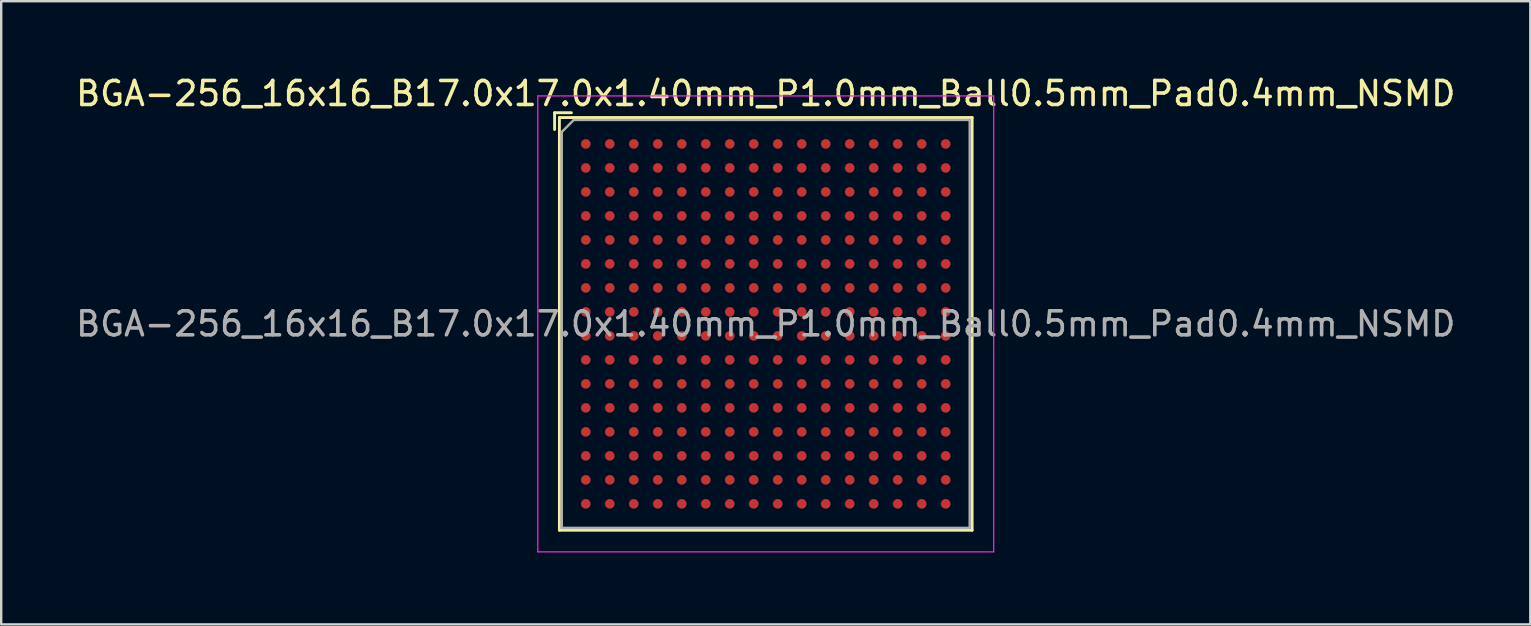
<source format=kicad_pcb>
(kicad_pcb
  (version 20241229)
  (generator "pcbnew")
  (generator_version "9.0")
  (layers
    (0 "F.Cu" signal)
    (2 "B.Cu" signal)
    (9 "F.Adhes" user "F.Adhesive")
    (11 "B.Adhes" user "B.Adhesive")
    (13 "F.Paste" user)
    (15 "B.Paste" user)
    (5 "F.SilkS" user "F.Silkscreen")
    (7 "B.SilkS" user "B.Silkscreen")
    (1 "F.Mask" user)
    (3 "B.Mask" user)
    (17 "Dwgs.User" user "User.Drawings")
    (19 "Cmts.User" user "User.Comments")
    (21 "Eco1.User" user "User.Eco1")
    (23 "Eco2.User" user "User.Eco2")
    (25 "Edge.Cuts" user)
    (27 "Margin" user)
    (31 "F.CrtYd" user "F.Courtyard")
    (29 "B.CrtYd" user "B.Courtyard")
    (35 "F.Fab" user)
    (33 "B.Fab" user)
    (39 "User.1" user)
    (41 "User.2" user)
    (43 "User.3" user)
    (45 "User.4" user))
  (footprint "BGA-256_16x16_B17.0x17.0x1.40mm_P1.0mm_Ball0.5mm_Pad0.4mm_NSMD"
    (layer "F.Cu")
    (at 28.863 10.448)
    (property "Reference" "BGA-256_16x16_B17.0x17.0x1.40mm_P1.0mm_Ball0.5mm_Pad0.4mm_NSMD" (at 0 -9.6 0) (layer "F.SilkS") (effects (font (size 1 1) (thickness 0.15))))
    (attr smd)
    (fp_line (start -8.8 -8.8) (end -8.8 -8.1) (stroke (width 0.12) (type solid)) (layer "F.SilkS"))
    (fp_line (start -8.6 -8.6) (end -8.6 8.6) (stroke (width 0.12) (type solid)) (layer "F.SilkS"))
    (fp_line (start -8.6 8.6) (end 8.6 8.6) (stroke (width 0.12) (type solid)) (layer "F.SilkS"))
    (fp_line (start -8.1 -8.8) (end -8.8 -8.8) (stroke (width 0.12) (type solid)) (layer "F.SilkS"))
    (fp_line (start 8.6 -8.6) (end -8.6 -8.6) (stroke (width 0.12) (type solid)) (layer "F.SilkS"))
    (fp_line (start 8.6 8.6) (end 8.6 -8.6) (stroke (width 0.12) (type solid)) (layer "F.SilkS"))
    (fp_line (start -9.5 -9.5) (end -9.5 9.5) (stroke (width 0.05) (type solid)) (layer "F.CrtYd"))
    (fp_line (start -9.5 -9.5) (end 9.5 -9.5) (stroke (width 0.05) (type solid)) (layer "F.CrtYd"))
    (fp_line (start 9.5 9.5) (end -9.5 9.5) (stroke (width 0.05) (type solid)) (layer "F.CrtYd"))
    (fp_line (start 9.5 9.5) (end 9.5 -9.5) (stroke (width 0.05) (type solid)) (layer "F.CrtYd"))
    (fp_line (start -8.5 -8) (end -8.5 8.5) (stroke (width 0.1) (type solid)) (layer "F.Fab"))
    (fp_line (start -8.5 8.5) (end 8.5 8.5) (stroke (width 0.1) (type solid)) (layer "F.Fab"))
    (fp_line (start -8 -8.5) (end -8.5 -8) (stroke (width 0.1) (type solid)) (layer "F.Fab"))
    (fp_line (start 8.5 -8.5) (end -8 -8.5) (stroke (width 0.1) (type solid)) (layer "F.Fab"))
    (fp_line (start 8.5 8.5) (end 8.5 -8.5) (stroke (width 0.1) (type solid)) (layer "F.Fab"))
    (fp_text user "${REFERENCE}" (at 0 0 0) (layer "F.Fab") (effects (font (size 1 1) (thickness 0.15))))
    (pad "A1" smd circle (at -7.5 -7.5) (size 0.4 0.4) (layers "F.Cu" "F.Mask" "F.Paste"))
    (pad "A2" smd circle (at -6.5 -7.5) (size 0.4 0.4) (layers "F.Cu" "F.Mask" "F.Paste"))
    (pad "A3" smd circle (at -5.5 -7.5) (size 0.4 0.4) (layers "F.Cu" "F.Mask" "F.Paste"))
    (pad "A4" smd circle (at -4.5 -7.5) (size 0.4 0.4) (layers "F.Cu" "F.Mask" "F.Paste"))
    (pad "A5" smd circle (at -3.5 -7.5) (size 0.4 0.4) (layers "F.Cu" "F.Mask" "F.Paste"))
    (pad "A6" smd circle (at -2.5 -7.5) (size 0.4 0.4) (layers "F.Cu" "F.Mask" "F.Paste"))
    (pad "A7" smd circle (at -1.5 -7.5) (size 0.4 0.4) (layers "F.Cu" "F.Mask" "F.Paste"))
    (pad "A8" smd circle (at -0.5 -7.5) (size 0.4 0.4) (layers "F.Cu" "F.Mask" "F.Paste"))
    (pad "A9" smd circle (at 0.5 -7.5) (size 0.4 0.4) (layers "F.Cu" "F.Mask" "F.Paste"))
    (pad "A10" smd circle (at 1.5 -7.5) (size 0.4 0.4) (layers "F.Cu" "F.Mask" "F.Paste"))
    (pad "A11" smd circle (at 2.5 -7.5) (size 0.4 0.4) (layers "F.Cu" "F.Mask" "F.Paste"))
    (pad "A12" smd circle (at 3.5 -7.5) (size 0.4 0.4) (layers "F.Cu" "F.Mask" "F.Paste"))
    (pad "A13" smd circle (at 4.5 -7.5) (size 0.4 0.4) (layers "F.Cu" "F.Mask" "F.Paste"))
    (pad "A14" smd circle (at 5.5 -7.5) (size 0.4 0.4) (layers "F.Cu" "F.Mask" "F.Paste"))
    (pad "A15" smd circle (at 6.5 -7.5) (size 0.4 0.4) (layers "F.Cu" "F.Mask" "F.Paste"))
    (pad "A16" smd circle (at 7.5 -7.5) (size 0.4 0.4) (layers "F.Cu" "F.Mask" "F.Paste"))
    (pad "B1" smd circle (at -7.5 -6.5) (size 0.4 0.4) (layers "F.Cu" "F.Mask" "F.Paste"))
    (pad "B2" smd circle (at -6.5 -6.5) (size 0.4 0.4) (layers "F.Cu" "F.Mask" "F.Paste"))
    (pad "B3" smd circle (at -5.5 -6.5) (size 0.4 0.4) (layers "F.Cu" "F.Mask" "F.Paste"))
    (pad "B4" smd circle (at -4.5 -6.5) (size 0.4 0.4) (layers "F.Cu" "F.Mask" "F.Paste"))
    (pad "B5" smd circle (at -3.5 -6.5) (size 0.4 0.4) (layers "F.Cu" "F.Mask" "F.Paste"))
    (pad "B6" smd circle (at -2.5 -6.5) (size 0.4 0.4) (layers "F.Cu" "F.Mask" "F.Paste"))
    (pad "B7" smd circle (at -1.5 -6.5) (size 0.4 0.4) (layers "F.Cu" "F.Mask" "F.Paste"))
    (pad "B8" smd circle (at -0.5 -6.5) (size 0.4 0.4) (layers "F.Cu" "F.Mask" "F.Paste"))
    (pad "B9" smd circle (at 0.5 -6.5) (size 0.4 0.4) (layers "F.Cu" "F.Mask" "F.Paste"))
    (pad "B10" smd circle (at 1.5 -6.5) (size 0.4 0.4) (layers "F.Cu" "F.Mask" "F.Paste"))
    (pad "B11" smd circle (at 2.5 -6.5) (size 0.4 0.4) (layers "F.Cu" "F.Mask" "F.Paste"))
    (pad "B12" smd circle (at 3.5 -6.5) (size 0.4 0.4) (layers "F.Cu" "F.Mask" "F.Paste"))
    (pad "B13" smd circle (at 4.5 -6.5) (size 0.4 0.4) (layers "F.Cu" "F.Mask" "F.Paste"))
    (pad "B14" smd circle (at 5.5 -6.5) (size 0.4 0.4) (layers "F.Cu" "F.Mask" "F.Paste"))
    (pad "B15" smd circle (at 6.5 -6.5) (size 0.4 0.4) (layers "F.Cu" "F.Mask" "F.Paste"))
    (pad "B16" smd circle (at 7.5 -6.5) (size 0.4 0.4) (layers "F.Cu" "F.Mask" "F.Paste"))
    (pad "C1" smd circle (at -7.5 -5.5) (size 0.4 0.4) (layers "F.Cu" "F.Mask" "F.Paste"))
    (pad "C2" smd circle (at -6.5 -5.5) (size 0.4 0.4) (layers "F.Cu" "F.Mask" "F.Paste"))
    (pad "C3" smd circle (at -5.5 -5.5) (size 0.4 0.4) (layers "F.Cu" "F.Mask" "F.Paste"))
    (pad "C4" smd circle (at -4.5 -5.5) (size 0.4 0.4) (layers "F.Cu" "F.Mask" "F.Paste"))
    (pad "C5" smd circle (at -3.5 -5.5) (size 0.4 0.4) (layers "F.Cu" "F.Mask" "F.Paste"))
    (pad "C6" smd circle (at -2.5 -5.5) (size 0.4 0.4) (layers "F.Cu" "F.Mask" "F.Paste"))
    (pad "C7" smd circle (at -1.5 -5.5) (size 0.4 0.4) (layers "F.Cu" "F.Mask" "F.Paste"))
    (pad "C8" smd circle (at -0.5 -5.5) (size 0.4 0.4) (layers "F.Cu" "F.Mask" "F.Paste"))
    (pad "C9" smd circle (at 0.5 -5.5) (size 0.4 0.4) (layers "F.Cu" "F.Mask" "F.Paste"))
    (pad "C10" smd circle (at 1.5 -5.5) (size 0.4 0.4) (layers "F.Cu" "F.Mask" "F.Paste"))
    (pad "C11" smd circle (at 2.5 -5.5) (size 0.4 0.4) (layers "F.Cu" "F.Mask" "F.Paste"))
    (pad "C12" smd circle (at 3.5 -5.5) (size 0.4 0.4) (layers "F.Cu" "F.Mask" "F.Paste"))
    (pad "C13" smd circle (at 4.5 -5.5) (size 0.4 0.4) (layers "F.Cu" "F.Mask" "F.Paste"))
    (pad "C14" smd circle (at 5.5 -5.5) (size 0.4 0.4) (layers "F.Cu" "F.Mask" "F.Paste"))
    (pad "C15" smd circle (at 6.5 -5.5) (size 0.4 0.4) (layers "F.Cu" "F.Mask" "F.Paste"))
    (pad "C16" smd circle (at 7.5 -5.5) (size 0.4 0.4) (layers "F.Cu" "F.Mask" "F.Paste"))
    (pad "D1" smd circle (at -7.5 -4.5) (size 0.4 0.4) (layers "F.Cu" "F.Mask" "F.Paste"))
    (pad "D2" smd circle (at -6.5 -4.5) (size 0.4 0.4) (layers "F.Cu" "F.Mask" "F.Paste"))
    (pad "D3" smd circle (at -5.5 -4.5) (size 0.4 0.4) (layers "F.Cu" "F.Mask" "F.Paste"))
    (pad "D4" smd circle (at -4.5 -4.5) (size 0.4 0.4) (layers "F.Cu" "F.Mask" "F.Paste"))
    (pad "D5" smd circle (at -3.5 -4.5) (size 0.4 0.4) (layers "F.Cu" "F.Mask" "F.Paste"))
    (pad "D6" smd circle (at -2.5 -4.5) (size 0.4 0.4) (layers "F.Cu" "F.Mask" "F.Paste"))
    (pad "D7" smd circle (at -1.5 -4.5) (size 0.4 0.4) (layers "F.Cu" "F.Mask" "F.Paste"))
    (pad "D8" smd circle (at -0.5 -4.5) (size 0.4 0.4) (layers "F.Cu" "F.Mask" "F.Paste"))
    (pad "D9" smd circle (at 0.5 -4.5) (size 0.4 0.4) (layers "F.Cu" "F.Mask" "F.Paste"))
    (pad "D10" smd circle (at 1.5 -4.5) (size 0.4 0.4) (layers "F.Cu" "F.Mask" "F.Paste"))
    (pad "D11" smd circle (at 2.5 -4.5) (size 0.4 0.4) (layers "F.Cu" "F.Mask" "F.Paste"))
    (pad "D12" smd circle (at 3.5 -4.5) (size 0.4 0.4) (layers "F.Cu" "F.Mask" "F.Paste"))
    (pad "D13" smd circle (at 4.5 -4.5) (size 0.4 0.4) (layers "F.Cu" "F.Mask" "F.Paste"))
    (pad "D14" smd circle (at 5.5 -4.5) (size 0.4 0.4) (layers "F.Cu" "F.Mask" "F.Paste"))
    (pad "D15" smd circle (at 6.5 -4.5) (size 0.4 0.4) (layers "F.Cu" "F.Mask" "F.Paste"))
    (pad "D16" smd circle (at 7.5 -4.5) (size 0.4 0.4) (layers "F.Cu" "F.Mask" "F.Paste"))
    (pad "E1" smd circle (at -7.5 -3.5) (size 0.4 0.4) (layers "F.Cu" "F.Mask" "F.Paste"))
    (pad "E2" smd circle (at -6.5 -3.5) (size 0.4 0.4) (layers "F.Cu" "F.Mask" "F.Paste"))
    (pad "E3" smd circle (at -5.5 -3.5) (size 0.4 0.4) (layers "F.Cu" "F.Mask" "F.Paste"))
    (pad "E4" smd circle (at -4.5 -3.5) (size 0.4 0.4) (layers "F.Cu" "F.Mask" "F.Paste"))
    (pad "E5" smd circle (at -3.5 -3.5) (size 0.4 0.4) (layers "F.Cu" "F.Mask" "F.Paste"))
    (pad "E6" smd circle (at -2.5 -3.5) (size 0.4 0.4) (layers "F.Cu" "F.Mask" "F.Paste"))
    (pad "E7" smd circle (at -1.5 -3.5) (size 0.4 0.4) (layers "F.Cu" "F.Mask" "F.Paste"))
    (pad "E8" smd circle (at -0.5 -3.5) (size 0.4 0.4) (layers "F.Cu" "F.Mask" "F.Paste"))
    (pad "E9" smd circle (at 0.5 -3.5) (size 0.4 0.4) (layers "F.Cu" "F.Mask" "F.Paste"))
    (pad "E10" smd circle (at 1.5 -3.5) (size 0.4 0.4) (layers "F.Cu" "F.Mask" "F.Paste"))
    (pad "E11" smd circle (at 2.5 -3.5) (size 0.4 0.4) (layers "F.Cu" "F.Mask" "F.Paste"))
    (pad "E12" smd circle (at 3.5 -3.5) (size 0.4 0.4) (layers "F.Cu" "F.Mask" "F.Paste"))
    (pad "E13" smd circle (at 4.5 -3.5) (size 0.4 0.4) (layers "F.Cu" "F.Mask" "F.Paste"))
    (pad "E14" smd circle (at 5.5 -3.5) (size 0.4 0.4) (layers "F.Cu" "F.Mask" "F.Paste"))
    (pad "E15" smd circle (at 6.5 -3.5) (size 0.4 0.4) (layers "F.Cu" "F.Mask" "F.Paste"))
    (pad "E16" smd circle (at 7.5 -3.5) (size 0.4 0.4) (layers "F.Cu" "F.Mask" "F.Paste"))
    (pad "F1" smd circle (at -7.5 -2.5) (size 0.4 0.4) (layers "F.Cu" "F.Mask" "F.Paste"))
    (pad "F2" smd circle (at -6.5 -2.5) (size 0.4 0.4) (layers "F.Cu" "F.Mask" "F.Paste"))
    (pad "F3" smd circle (at -5.5 -2.5) (size 0.4 0.4) (layers "F.Cu" "F.Mask" "F.Paste"))
    (pad "F4" smd circle (at -4.5 -2.5) (size 0.4 0.4) (layers "F.Cu" "F.Mask" "F.Paste"))
    (pad "F5" smd circle (at -3.5 -2.5) (size 0.4 0.4) (layers "F.Cu" "F.Mask" "F.Paste"))
    (pad "F6" smd circle (at -2.5 -2.5) (size 0.4 0.4) (layers "F.Cu" "F.Mask" "F.Paste"))
    (pad "F7" smd circle (at -1.5 -2.5) (size 0.4 0.4) (layers "F.Cu" "F.Mask" "F.Paste"))
    (pad "F8" smd circle (at -0.5 -2.5) (size 0.4 0.4) (layers "F.Cu" "F.Mask" "F.Paste"))
    (pad "F9" smd circle (at 0.5 -2.5) (size 0.4 0.4) (layers "F.Cu" "F.Mask" "F.Paste"))
    (pad "F10" smd circle (at 1.5 -2.5) (size 0.4 0.4) (layers "F.Cu" "F.Mask" "F.Paste"))
    (pad "F11" smd circle (at 2.5 -2.5) (size 0.4 0.4) (layers "F.Cu" "F.Mask" "F.Paste"))
    (pad "F12" smd circle (at 3.5 -2.5) (size 0.4 0.4) (layers "F.Cu" "F.Mask" "F.Paste"))
    (pad "F13" smd circle (at 4.5 -2.5) (size 0.4 0.4) (layers "F.Cu" "F.Mask" "F.Paste"))
    (pad "F14" smd circle (at 5.5 -2.5) (size 0.4 0.4) (layers "F.Cu" "F.Mask" "F.Paste"))
    (pad "F15" smd circle (at 6.5 -2.5) (size 0.4 0.4) (layers "F.Cu" "F.Mask" "F.Paste"))
    (pad "F16" smd circle (at 7.5 -2.5) (size 0.4 0.4) (layers "F.Cu" "F.Mask" "F.Paste"))
    (pad "G1" smd circle (at -7.5 -1.5) (size 0.4 0.4) (layers "F.Cu" "F.Mask" "F.Paste"))
    (pad "G2" smd circle (at -6.5 -1.5) (size 0.4 0.4) (layers "F.Cu" "F.Mask" "F.Paste"))
    (pad "G3" smd circle (at -5.5 -1.5) (size 0.4 0.4) (layers "F.Cu" "F.Mask" "F.Paste"))
    (pad "G4" smd circle (at -4.5 -1.5) (size 0.4 0.4) (layers "F.Cu" "F.Mask" "F.Paste"))
    (pad "G5" smd circle (at -3.5 -1.5) (size 0.4 0.4) (layers "F.Cu" "F.Mask" "F.Paste"))
    (pad "G6" smd circle (at -2.5 -1.5) (size 0.4 0.4) (layers "F.Cu" "F.Mask" "F.Paste"))
    (pad "G7" smd circle (at -1.5 -1.5) (size 0.4 0.4) (layers "F.Cu" "F.Mask" "F.Paste"))
    (pad "G8" smd circle (at -0.5 -1.5) (size 0.4 0.4) (layers "F.Cu" "F.Mask" "F.Paste"))
    (pad "G9" smd circle (at 0.5 -1.5) (size 0.4 0.4) (layers "F.Cu" "F.Mask" "F.Paste"))
    (pad "G10" smd circle (at 1.5 -1.5) (size 0.4 0.4) (layers "F.Cu" "F.Mask" "F.Paste"))
    (pad "G11" smd circle (at 2.5 -1.5) (size 0.4 0.4) (layers "F.Cu" "F.Mask" "F.Paste"))
    (pad "G12" smd circle (at 3.5 -1.5) (size 0.4 0.4) (layers "F.Cu" "F.Mask" "F.Paste"))
    (pad "G13" smd circle (at 4.5 -1.5) (size 0.4 0.4) (layers "F.Cu" "F.Mask" "F.Paste"))
    (pad "G14" smd circle (at 5.5 -1.5) (size 0.4 0.4) (layers "F.Cu" "F.Mask" "F.Paste"))
    (pad "G15" smd circle (at 6.5 -1.5) (size 0.4 0.4) (layers "F.Cu" "F.Mask" "F.Paste"))
    (pad "G16" smd circle (at 7.5 -1.5) (size 0.4 0.4) (layers "F.Cu" "F.Mask" "F.Paste"))
    (pad "H1" smd circle (at -7.5 -0.5) (size 0.4 0.4) (layers "F.Cu" "F.Mask" "F.Paste"))
    (pad "H2" smd circle (at -6.5 -0.5) (size 0.4 0.4) (layers "F.Cu" "F.Mask" "F.Paste"))
    (pad "H3" smd circle (at -5.5 -0.5) (size 0.4 0.4) (layers "F.Cu" "F.Mask" "F.Paste"))
    (pad "H4" smd circle (at -4.5 -0.5) (size 0.4 0.4) (layers "F.Cu" "F.Mask" "F.Paste"))
    (pad "H5" smd circle (at -3.5 -0.5) (size 0.4 0.4) (layers "F.Cu" "F.Mask" "F.Paste"))
    (pad "H6" smd circle (at -2.5 -0.5) (size 0.4 0.4) (layers "F.Cu" "F.Mask" "F.Paste"))
    (pad "H7" smd circle (at -1.5 -0.5) (size 0.4 0.4) (layers "F.Cu" "F.Mask" "F.Paste"))
    (pad "H8" smd circle (at -0.5 -0.5) (size 0.4 0.4) (layers "F.Cu" "F.Mask" "F.Paste"))
    (pad "H9" smd circle (at 0.5 -0.5) (size 0.4 0.4) (layers "F.Cu" "F.Mask" "F.Paste"))
    (pad "H10" smd circle (at 1.5 -0.5) (size 0.4 0.4) (layers "F.Cu" "F.Mask" "F.Paste"))
    (pad "H11" smd circle (at 2.5 -0.5) (size 0.4 0.4) (layers "F.Cu" "F.Mask" "F.Paste"))
    (pad "H12" smd circle (at 3.5 -0.5) (size 0.4 0.4) (layers "F.Cu" "F.Mask" "F.Paste"))
    (pad "H13" smd circle (at 4.5 -0.5) (size 0.4 0.4) (layers "F.Cu" "F.Mask" "F.Paste"))
    (pad "H14" smd circle (at 5.5 -0.5) (size 0.4 0.4) (layers "F.Cu" "F.Mask" "F.Paste"))
    (pad "H15" smd circle (at 6.5 -0.5) (size 0.4 0.4) (layers "F.Cu" "F.Mask" "F.Paste"))
    (pad "H16" smd circle (at 7.5 -0.5) (size 0.4 0.4) (layers "F.Cu" "F.Mask" "F.Paste"))
    (pad "J1" smd circle (at -7.5 0.5) (size 0.4 0.4) (layers "F.Cu" "F.Mask" "F.Paste"))
    (pad "J2" smd circle (at -6.5 0.5) (size 0.4 0.4) (layers "F.Cu" "F.Mask" "F.Paste"))
    (pad "J3" smd circle (at -5.5 0.5) (size 0.4 0.4) (layers "F.Cu" "F.Mask" "F.Paste"))
    (pad "J4" smd circle (at -4.5 0.5) (size 0.4 0.4) (layers "F.Cu" "F.Mask" "F.Paste"))
    (pad "J5" smd circle (at -3.5 0.5) (size 0.4 0.4) (layers "F.Cu" "F.Mask" "F.Paste"))
    (pad "J6" smd circle (at -2.5 0.5) (size 0.4 0.4) (layers "F.Cu" "F.Mask" "F.Paste"))
    (pad "J7" smd circle (at -1.5 0.5) (size 0.4 0.4) (layers "F.Cu" "F.Mask" "F.Paste"))
    (pad "J8" smd circle (at -0.5 0.5) (size 0.4 0.4) (layers "F.Cu" "F.Mask" "F.Paste"))
    (pad "J9" smd circle (at 0.5 0.5) (size 0.4 0.4) (layers "F.Cu" "F.Mask" "F.Paste"))
    (pad "J10" smd circle (at 1.5 0.5) (size 0.4 0.4) (layers "F.Cu" "F.Mask" "F.Paste"))
    (pad "J11" smd circle (at 2.5 0.5) (size 0.4 0.4) (layers "F.Cu" "F.Mask" "F.Paste"))
    (pad "J12" smd circle (at 3.5 0.5) (size 0.4 0.4) (layers "F.Cu" "F.Mask" "F.Paste"))
    (pad "J13" smd circle (at 4.5 0.5) (size 0.4 0.4) (layers "F.Cu" "F.Mask" "F.Paste"))
    (pad "J14" smd circle (at 5.5 0.5) (size 0.4 0.4) (layers "F.Cu" "F.Mask" "F.Paste"))
    (pad "J15" smd circle (at 6.5 0.5) (size 0.4 0.4) (layers "F.Cu" "F.Mask" "F.Paste"))
    (pad "J16" smd circle (at 7.5 0.5) (size 0.4 0.4) (layers "F.Cu" "F.Mask" "F.Paste"))
    (pad "K1" smd circle (at -7.5 1.5) (size 0.4 0.4) (layers "F.Cu" "F.Mask" "F.Paste"))
    (pad "K2" smd circle (at -6.5 1.5) (size 0.4 0.4) (layers "F.Cu" "F.Mask" "F.Paste"))
    (pad "K3" smd circle (at -5.5 1.5) (size 0.4 0.4) (layers "F.Cu" "F.Mask" "F.Paste"))
    (pad "K4" smd circle (at -4.5 1.5) (size 0.4 0.4) (layers "F.Cu" "F.Mask" "F.Paste"))
    (pad "K5" smd circle (at -3.5 1.5) (size 0.4 0.4) (layers "F.Cu" "F.Mask" "F.Paste"))
    (pad "K6" smd circle (at -2.5 1.5) (size 0.4 0.4) (layers "F.Cu" "F.Mask" "F.Paste"))
    (pad "K7" smd circle (at -1.5 1.5) (size 0.4 0.4) (layers "F.Cu" "F.Mask" "F.Paste"))
    (pad "K8" smd circle (at -0.5 1.5) (size 0.4 0.4) (layers "F.Cu" "F.Mask" "F.Paste"))
    (pad "K9" smd circle (at 0.5 1.5) (size 0.4 0.4) (layers "F.Cu" "F.Mask" "F.Paste"))
    (pad "K10" smd circle (at 1.5 1.5) (size 0.4 0.4) (layers "F.Cu" "F.Mask" "F.Paste"))
    (pad "K11" smd circle (at 2.5 1.5) (size 0.4 0.4) (layers "F.Cu" "F.Mask" "F.Paste"))
    (pad "K12" smd circle (at 3.5 1.5) (size 0.4 0.4) (layers "F.Cu" "F.Mask" "F.Paste"))
    (pad "K13" smd circle (at 4.5 1.5) (size 0.4 0.4) (layers "F.Cu" "F.Mask" "F.Paste"))
    (pad "K14" smd circle (at 5.5 1.5) (size 0.4 0.4) (layers "F.Cu" "F.Mask" "F.Paste"))
    (pad "K15" smd circle (at 6.5 1.5) (size 0.4 0.4) (layers "F.Cu" "F.Mask" "F.Paste"))
    (pad "K16" smd circle (at 7.5 1.5) (size 0.4 0.4) (layers "F.Cu" "F.Mask" "F.Paste"))
    (pad "L1" smd circle (at -7.5 2.5) (size 0.4 0.4) (layers "F.Cu" "F.Mask" "F.Paste"))
    (pad "L2" smd circle (at -6.5 2.5) (size 0.4 0.4) (layers "F.Cu" "F.Mask" "F.Paste"))
    (pad "L3" smd circle (at -5.5 2.5) (size 0.4 0.4) (layers "F.Cu" "F.Mask" "F.Paste"))
    (pad "L4" smd circle (at -4.5 2.5) (size 0.4 0.4) (layers "F.Cu" "F.Mask" "F.Paste"))
    (pad "L5" smd circle (at -3.5 2.5) (size 0.4 0.4) (layers "F.Cu" "F.Mask" "F.Paste"))
    (pad "L6" smd circle (at -2.5 2.5) (size 0.4 0.4) (layers "F.Cu" "F.Mask" "F.Paste"))
    (pad "L7" smd circle (at -1.5 2.5) (size 0.4 0.4) (layers "F.Cu" "F.Mask" "F.Paste"))
    (pad "L8" smd circle (at -0.5 2.5) (size 0.4 0.4) (layers "F.Cu" "F.Mask" "F.Paste"))
    (pad "L9" smd circle (at 0.5 2.5) (size 0.4 0.4) (layers "F.Cu" "F.Mask" "F.Paste"))
    (pad "L10" smd circle (at 1.5 2.5) (size 0.4 0.4) (layers "F.Cu" "F.Mask" "F.Paste"))
    (pad "L11" smd circle (at 2.5 2.5) (size 0.4 0.4) (layers "F.Cu" "F.Mask" "F.Paste"))
    (pad "L12" smd circle (at 3.5 2.5) (size 0.4 0.4) (layers "F.Cu" "F.Mask" "F.Paste"))
    (pad "L13" smd circle (at 4.5 2.5) (size 0.4 0.4) (layers "F.Cu" "F.Mask" "F.Paste"))
    (pad "L14" smd circle (at 5.5 2.5) (size 0.4 0.4) (layers "F.Cu" "F.Mask" "F.Paste"))
    (pad "L15" smd circle (at 6.5 2.5) (size 0.4 0.4) (layers "F.Cu" "F.Mask" "F.Paste"))
    (pad "L16" smd circle (at 7.5 2.5) (size 0.4 0.4) (layers "F.Cu" "F.Mask" "F.Paste"))
    (pad "M1" smd circle (at -7.5 3.5) (size 0.4 0.4) (layers "F.Cu" "F.Mask" "F.Paste"))
    (pad "M2" smd circle (at -6.5 3.5) (size 0.4 0.4) (layers "F.Cu" "F.Mask" "F.Paste"))
    (pad "M3" smd circle (at -5.5 3.5) (size 0.4 0.4) (layers "F.Cu" "F.Mask" "F.Paste"))
    (pad "M4" smd circle (at -4.5 3.5) (size 0.4 0.4) (layers "F.Cu" "F.Mask" "F.Paste"))
    (pad "M5" smd circle (at -3.5 3.5) (size 0.4 0.4) (layers "F.Cu" "F.Mask" "F.Paste"))
    (pad "M6" smd circle (at -2.5 3.5) (size 0.4 0.4) (layers "F.Cu" "F.Mask" "F.Paste"))
    (pad "M7" smd circle (at -1.5 3.5) (size 0.4 0.4) (layers "F.Cu" "F.Mask" "F.Paste"))
    (pad "M8" smd circle (at -0.5 3.5) (size 0.4 0.4) (layers "F.Cu" "F.Mask" "F.Paste"))
    (pad "M9" smd circle (at 0.5 3.5) (size 0.4 0.4) (layers "F.Cu" "F.Mask" "F.Paste"))
    (pad "M10" smd circle (at 1.5 3.5) (size 0.4 0.4) (layers "F.Cu" "F.Mask" "F.Paste"))
    (pad "M11" smd circle (at 2.5 3.5) (size 0.4 0.4) (layers "F.Cu" "F.Mask" "F.Paste"))
    (pad "M12" smd circle (at 3.5 3.5) (size 0.4 0.4) (layers "F.Cu" "F.Mask" "F.Paste"))
    (pad "M13" smd circle (at 4.5 3.5) (size 0.4 0.4) (layers "F.Cu" "F.Mask" "F.Paste"))
    (pad "M14" smd circle (at 5.5 3.5) (size 0.4 0.4) (layers "F.Cu" "F.Mask" "F.Paste"))
    (pad "M15" smd circle (at 6.5 3.5) (size 0.4 0.4) (layers "F.Cu" "F.Mask" "F.Paste"))
    (pad "M16" smd circle (at 7.5 3.5) (size 0.4 0.4) (layers "F.Cu" "F.Mask" "F.Paste"))
    (pad "N1" smd circle (at -7.5 4.5) (size 0.4 0.4) (layers "F.Cu" "F.Mask" "F.Paste"))
    (pad "N2" smd circle (at -6.5 4.5) (size 0.4 0.4) (layers "F.Cu" "F.Mask" "F.Paste"))
    (pad "N3" smd circle (at -5.5 4.5) (size 0.4 0.4) (layers "F.Cu" "F.Mask" "F.Paste"))
    (pad "N4" smd circle (at -4.5 4.5) (size 0.4 0.4) (layers "F.Cu" "F.Mask" "F.Paste"))
    (pad "N5" smd circle (at -3.5 4.5) (size 0.4 0.4) (layers "F.Cu" "F.Mask" "F.Paste"))
    (pad "N6" smd circle (at -2.5 4.5) (size 0.4 0.4) (layers "F.Cu" "F.Mask" "F.Paste"))
    (pad "N7" smd circle (at -1.5 4.5) (size 0.4 0.4) (layers "F.Cu" "F.Mask" "F.Paste"))
    (pad "N8" smd circle (at -0.5 4.5) (size 0.4 0.4) (layers "F.Cu" "F.Mask" "F.Paste"))
    (pad "N9" smd circle (at 0.5 4.5) (size 0.4 0.4) (layers "F.Cu" "F.Mask" "F.Paste"))
    (pad "N10" smd circle (at 1.5 4.5) (size 0.4 0.4) (layers "F.Cu" "F.Mask" "F.Paste"))
    (pad "N11" smd circle (at 2.5 4.5) (size 0.4 0.4) (layers "F.Cu" "F.Mask" "F.Paste"))
    (pad "N12" smd circle (at 3.5 4.5) (size 0.4 0.4) (layers "F.Cu" "F.Mask" "F.Paste"))
    (pad "N13" smd circle (at 4.5 4.5) (size 0.4 0.4) (layers "F.Cu" "F.Mask" "F.Paste"))
    (pad "N14" smd circle (at 5.5 4.5) (size 0.4 0.4) (layers "F.Cu" "F.Mask" "F.Paste"))
    (pad "N15" smd circle (at 6.5 4.5) (size 0.4 0.4) (layers "F.Cu" "F.Mask" "F.Paste"))
    (pad "N16" smd circle (at 7.5 4.5) (size 0.4 0.4) (layers "F.Cu" "F.Mask" "F.Paste"))
    (pad "P1" smd circle (at -7.5 5.5) (size 0.4 0.4) (layers "F.Cu" "F.Mask" "F.Paste"))
    (pad "P2" smd circle (at -6.5 5.5) (size 0.4 0.4) (layers "F.Cu" "F.Mask" "F.Paste"))
    (pad "P3" smd circle (at -5.5 5.5) (size 0.4 0.4) (layers "F.Cu" "F.Mask" "F.Paste"))
    (pad "P4" smd circle (at -4.5 5.5) (size 0.4 0.4) (layers "F.Cu" "F.Mask" "F.Paste"))
    (pad "P5" smd circle (at -3.5 5.5) (size 0.4 0.4) (layers "F.Cu" "F.Mask" "F.Paste"))
    (pad "P6" smd circle (at -2.5 5.5) (size 0.4 0.4) (layers "F.Cu" "F.Mask" "F.Paste"))
    (pad "P7" smd circle (at -1.5 5.5) (size 0.4 0.4) (layers "F.Cu" "F.Mask" "F.Paste"))
    (pad "P8" smd circle (at -0.5 5.5) (size 0.4 0.4) (layers "F.Cu" "F.Mask" "F.Paste"))
    (pad "P9" smd circle (at 0.5 5.5) (size 0.4 0.4) (layers "F.Cu" "F.Mask" "F.Paste"))
    (pad "P10" smd circle (at 1.5 5.5) (size 0.4 0.4) (layers "F.Cu" "F.Mask" "F.Paste"))
    (pad "P11" smd circle (at 2.5 5.5) (size 0.4 0.4) (layers "F.Cu" "F.Mask" "F.Paste"))
    (pad "P12" smd circle (at 3.5 5.5) (size 0.4 0.4) (layers "F.Cu" "F.Mask" "F.Paste"))
    (pad "P13" smd circle (at 4.5 5.5) (size 0.4 0.4) (layers "F.Cu" "F.Mask" "F.Paste"))
    (pad "P14" smd circle (at 5.5 5.5) (size 0.4 0.4) (layers "F.Cu" "F.Mask" "F.Paste"))
    (pad "P15" smd circle (at 6.5 5.5) (size 0.4 0.4) (layers "F.Cu" "F.Mask" "F.Paste"))
    (pad "P16" smd circle (at 7.5 5.5) (size 0.4 0.4) (layers "F.Cu" "F.Mask" "F.Paste"))
    (pad "R1" smd circle (at -7.5 6.5) (size 0.4 0.4) (layers "F.Cu" "F.Mask" "F.Paste"))
    (pad "R2" smd circle (at -6.5 6.5) (size 0.4 0.4) (layers "F.Cu" "F.Mask" "F.Paste"))
    (pad "R3" smd circle (at -5.5 6.5) (size 0.4 0.4) (layers "F.Cu" "F.Mask" "F.Paste"))
    (pad "R4" smd circle (at -4.5 6.5) (size 0.4 0.4) (layers "F.Cu" "F.Mask" "F.Paste"))
    (pad "R5" smd circle (at -3.5 6.5) (size 0.4 0.4) (layers "F.Cu" "F.Mask" "F.Paste"))
    (pad "R6" smd circle (at -2.5 6.5) (size 0.4 0.4) (layers "F.Cu" "F.Mask" "F.Paste"))
    (pad "R7" smd circle (at -1.5 6.5) (size 0.4 0.4) (layers "F.Cu" "F.Mask" "F.Paste"))
    (pad "R8" smd circle (at -0.5 6.5) (size 0.4 0.4) (layers "F.Cu" "F.Mask" "F.Paste"))
    (pad "R9" smd circle (at 0.5 6.5) (size 0.4 0.4) (layers "F.Cu" "F.Mask" "F.Paste"))
    (pad "R10" smd circle (at 1.5 6.5) (size 0.4 0.4) (layers "F.Cu" "F.Mask" "F.Paste"))
    (pad "R11" smd circle (at 2.5 6.5) (size 0.4 0.4) (layers "F.Cu" "F.Mask" "F.Paste"))
    (pad "R12" smd circle (at 3.5 6.5) (size 0.4 0.4) (layers "F.Cu" "F.Mask" "F.Paste"))
    (pad "R13" smd circle (at 4.5 6.5) (size 0.4 0.4) (layers "F.Cu" "F.Mask" "F.Paste"))
    (pad "R14" smd circle (at 5.5 6.5) (size 0.4 0.4) (layers "F.Cu" "F.Mask" "F.Paste"))
    (pad "R15" smd circle (at 6.5 6.5) (size 0.4 0.4) (layers "F.Cu" "F.Mask" "F.Paste"))
    (pad "R16" smd circle (at 7.5 6.5) (size 0.4 0.4) (layers "F.Cu" "F.Mask" "F.Paste"))
    (pad "T1" smd circle (at -7.5 7.5) (size 0.4 0.4) (layers "F.Cu" "F.Mask" "F.Paste"))
    (pad "T2" smd circle (at -6.5 7.5) (size 0.4 0.4) (layers "F.Cu" "F.Mask" "F.Paste"))
    (pad "T3" smd circle (at -5.5 7.5) (size 0.4 0.4) (layers "F.Cu" "F.Mask" "F.Paste"))
    (pad "T4" smd circle (at -4.5 7.5) (size 0.4 0.4) (layers "F.Cu" "F.Mask" "F.Paste"))
    (pad "T5" smd circle (at -3.5 7.5) (size 0.4 0.4) (layers "F.Cu" "F.Mask" "F.Paste"))
    (pad "T6" smd circle (at -2.5 7.5) (size 0.4 0.4) (layers "F.Cu" "F.Mask" "F.Paste"))
    (pad "T7" smd circle (at -1.5 7.5) (size 0.4 0.4) (layers "F.Cu" "F.Mask" "F.Paste"))
    (pad "T8" smd circle (at -0.5 7.5) (size 0.4 0.4) (layers "F.Cu" "F.Mask" "F.Paste"))
    (pad "T9" smd circle (at 0.5 7.5) (size 0.4 0.4) (layers "F.Cu" "F.Mask" "F.Paste"))
    (pad "T10" smd circle (at 1.5 7.5) (size 0.4 0.4) (layers "F.Cu" "F.Mask" "F.Paste"))
    (pad "T11" smd circle (at 2.5 7.5) (size 0.4 0.4) (layers "F.Cu" "F.Mask" "F.Paste"))
    (pad "T12" smd circle (at 3.5 7.5) (size 0.4 0.4) (layers "F.Cu" "F.Mask" "F.Paste"))
    (pad "T13" smd circle (at 4.5 7.5) (size 0.4 0.4) (layers "F.Cu" "F.Mask" "F.Paste"))
    (pad "T14" smd circle (at 5.5 7.5) (size 0.4 0.4) (layers "F.Cu" "F.Mask" "F.Paste"))
    (pad "T15" smd circle (at 6.5 7.5) (size 0.4 0.4) (layers "F.Cu" "F.Mask" "F.Paste"))
    (pad "T16" smd circle (at 7.5 7.5) (size 0.4 0.4) (layers "F.Cu" "F.Mask" "F.Paste")))
  (gr_rect
    (start -3 -3)
    (end 60.726 22.973)
    (stroke (width 0.1) (type default))
    (fill no)
    (layer "Edge.Cuts")))
</source>
